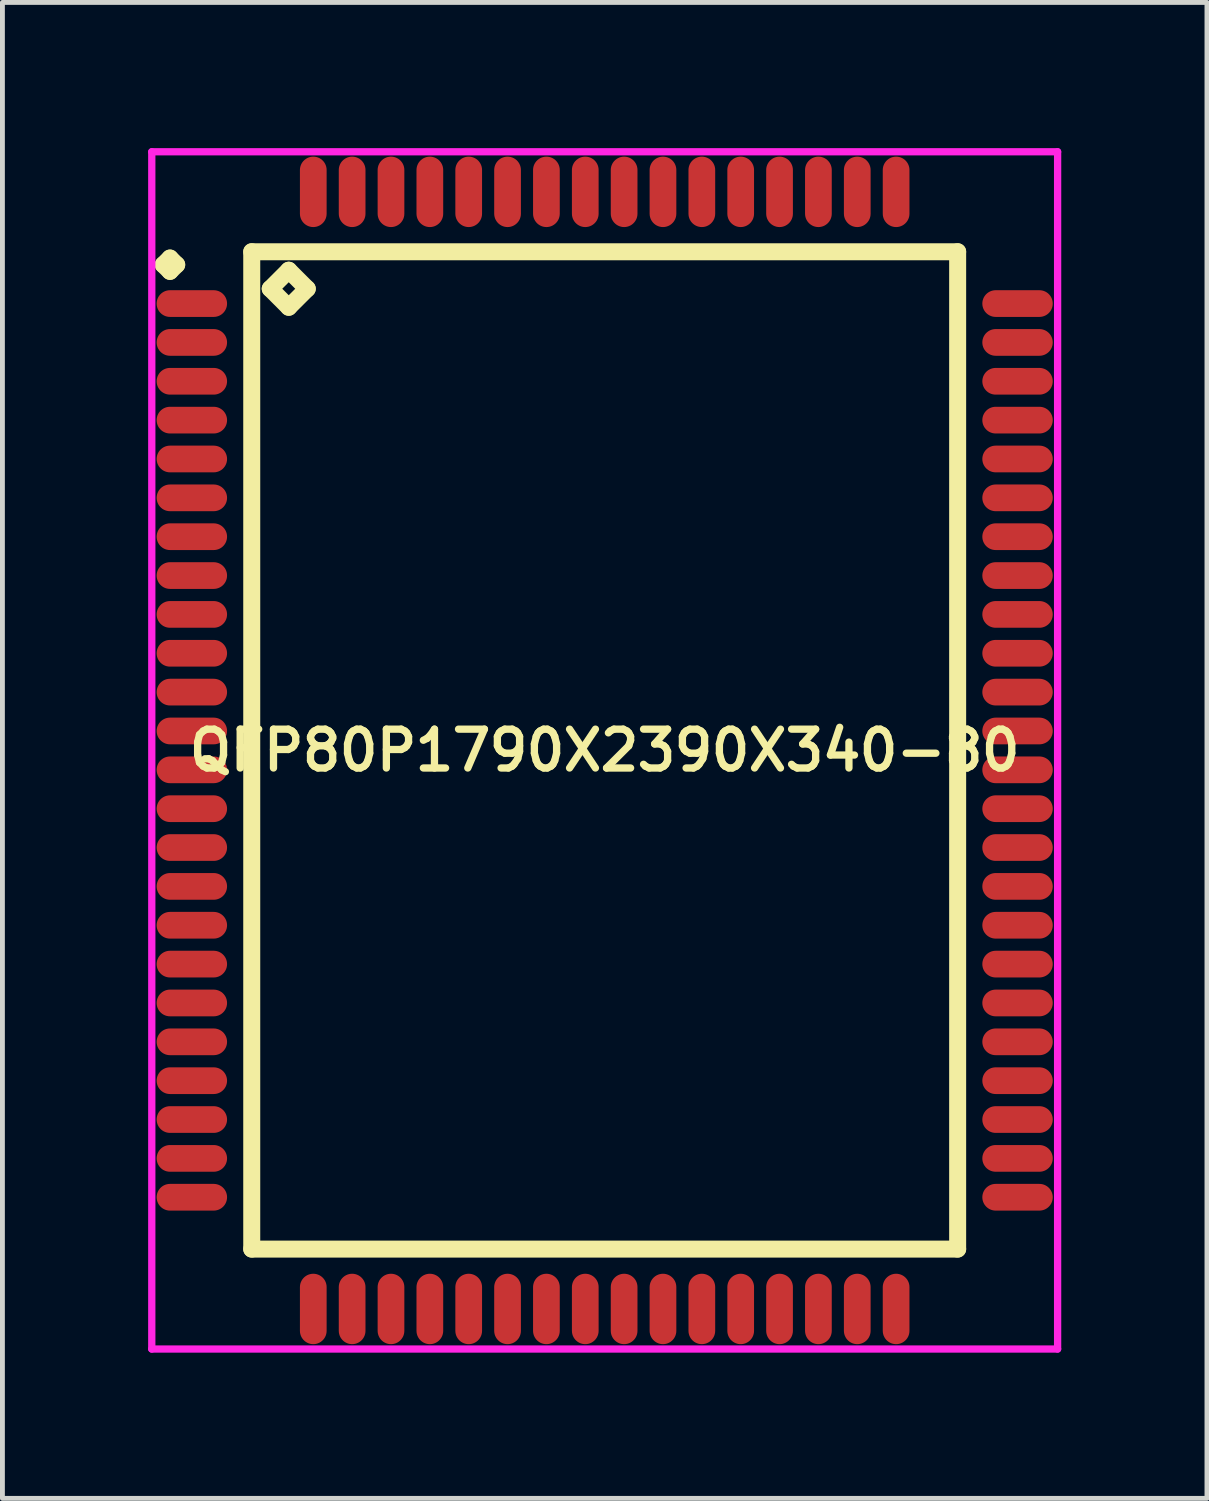
<source format=kicad_pcb>
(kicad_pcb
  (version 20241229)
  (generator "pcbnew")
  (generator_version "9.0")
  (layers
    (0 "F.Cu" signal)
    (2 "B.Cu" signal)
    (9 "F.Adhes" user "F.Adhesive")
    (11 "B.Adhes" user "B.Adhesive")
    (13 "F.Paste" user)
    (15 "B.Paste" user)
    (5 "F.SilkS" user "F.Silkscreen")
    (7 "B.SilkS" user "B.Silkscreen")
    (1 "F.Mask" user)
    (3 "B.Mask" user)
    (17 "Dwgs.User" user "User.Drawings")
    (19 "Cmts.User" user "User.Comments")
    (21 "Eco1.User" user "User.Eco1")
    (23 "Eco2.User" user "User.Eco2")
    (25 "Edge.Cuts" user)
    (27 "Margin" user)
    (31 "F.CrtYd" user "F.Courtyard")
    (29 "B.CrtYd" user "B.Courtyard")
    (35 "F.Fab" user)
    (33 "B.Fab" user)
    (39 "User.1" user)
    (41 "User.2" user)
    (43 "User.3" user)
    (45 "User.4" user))
  (footprint "QFP80P1790X2390X340-80"
    (layer "F.Cu")
    (at 9.4 12.4)
    (property "Reference" "QFP80P1790X2390X340-80" (at 0 0 0) (layer "F.SilkS") (effects (font (size 0.8 0.8) (thickness 0.15))))
    (attr smd)
    (fp_line (start -9.088 -10) (end -8.95 -10.137) (stroke (width 0.35) (type solid)) (layer "F.SilkS"))
    (fp_line (start -8.95 -10.137) (end -8.812 -10) (stroke (width 0.35) (type solid)) (layer "F.SilkS"))
    (fp_line (start -8.95 -9.863) (end -9.088 -10) (stroke (width 0.35) (type solid)) (layer "F.SilkS"))
    (fp_line (start -8.812 -10) (end -8.95 -9.863) (stroke (width 0.35) (type solid)) (layer "F.SilkS"))
    (fp_line (start -7.267 -10.267) (end -7.267 10.267) (stroke (width 0.35) (type solid)) (layer "F.SilkS"))
    (fp_line (start -7.267 10.267) (end 7.267 10.267) (stroke (width 0.35) (type solid)) (layer "F.SilkS"))
    (fp_line (start -6.886 -9.505) (end -6.505 -9.886) (stroke (width 0.35) (type solid)) (layer "F.SilkS"))
    (fp_line (start -6.505 -9.886) (end -6.124 -9.505) (stroke (width 0.35) (type solid)) (layer "F.SilkS"))
    (fp_line (start -6.505 -9.124) (end -6.886 -9.505) (stroke (width 0.35) (type solid)) (layer "F.SilkS"))
    (fp_line (start -6.124 -9.505) (end -6.505 -9.124) (stroke (width 0.35) (type solid)) (layer "F.SilkS"))
    (fp_line (start 7.267 -10.267) (end -7.267 -10.267) (stroke (width 0.35) (type solid)) (layer "F.SilkS"))
    (fp_line (start 7.267 10.267) (end 7.267 -10.267) (stroke (width 0.35) (type solid)) (layer "F.SilkS"))
    (fp_line (start -9.325 -12.325) (end 9.325 -12.325) (stroke (width 0.15) (type solid)) (layer "F.CrtYd"))
    (fp_line (start -9.325 12.325) (end -9.325 -12.325) (stroke (width 0.15) (type solid)) (layer "F.CrtYd"))
    (fp_line (start 9.325 -12.325) (end 9.325 12.325) (stroke (width 0.15) (type solid)) (layer "F.CrtYd"))
    (fp_line (start 9.325 12.325) (end -9.325 12.325) (stroke (width 0.15) (type solid)) (layer "F.CrtYd"))
    (pad "1" smd oval (at -8.5 -9.2) (size 1.45 0.55) (layers "F.Cu" "F.Mask" "F.Paste"))
    (pad "2" smd oval (at -8.5 -8.4) (size 1.45 0.55) (layers "F.Cu" "F.Mask" "F.Paste"))
    (pad "3" smd oval (at -8.5 -7.6) (size 1.45 0.55) (layers "F.Cu" "F.Mask" "F.Paste"))
    (pad "4" smd oval (at -8.5 -6.8) (size 1.45 0.55) (layers "F.Cu" "F.Mask" "F.Paste"))
    (pad "5" smd oval (at -8.5 -6) (size 1.45 0.55) (layers "F.Cu" "F.Mask" "F.Paste"))
    (pad "6" smd oval (at -8.5 -5.2) (size 1.45 0.55) (layers "F.Cu" "F.Mask" "F.Paste"))
    (pad "7" smd oval (at -8.5 -4.4) (size 1.45 0.55) (layers "F.Cu" "F.Mask" "F.Paste"))
    (pad "8" smd oval (at -8.5 -3.6) (size 1.45 0.55) (layers "F.Cu" "F.Mask" "F.Paste"))
    (pad "9" smd oval (at -8.5 -2.8) (size 1.45 0.55) (layers "F.Cu" "F.Mask" "F.Paste"))
    (pad "10" smd oval (at -8.5 -2) (size 1.45 0.55) (layers "F.Cu" "F.Mask" "F.Paste"))
    (pad "11" smd oval (at -8.5 -1.2) (size 1.45 0.55) (layers "F.Cu" "F.Mask" "F.Paste"))
    (pad "12" smd oval (at -8.5 -0.4) (size 1.45 0.55) (layers "F.Cu" "F.Mask" "F.Paste"))
    (pad "13" smd oval (at -8.5 0.4) (size 1.45 0.55) (layers "F.Cu" "F.Mask" "F.Paste"))
    (pad "14" smd oval (at -8.5 1.2) (size 1.45 0.55) (layers "F.Cu" "F.Mask" "F.Paste"))
    (pad "15" smd oval (at -8.5 2) (size 1.45 0.55) (layers "F.Cu" "F.Mask" "F.Paste"))
    (pad "16" smd oval (at -8.5 2.8) (size 1.45 0.55) (layers "F.Cu" "F.Mask" "F.Paste"))
    (pad "17" smd oval (at -8.5 3.6) (size 1.45 0.55) (layers "F.Cu" "F.Mask" "F.Paste"))
    (pad "18" smd oval (at -8.5 4.4) (size 1.45 0.55) (layers "F.Cu" "F.Mask" "F.Paste"))
    (pad "19" smd oval (at -8.5 5.2) (size 1.45 0.55) (layers "F.Cu" "F.Mask" "F.Paste"))
    (pad "20" smd oval (at -8.5 6) (size 1.45 0.55) (layers "F.Cu" "F.Mask" "F.Paste"))
    (pad "21" smd oval (at -8.5 6.8) (size 1.45 0.55) (layers "F.Cu" "F.Mask" "F.Paste"))
    (pad "22" smd oval (at -8.5 7.6) (size 1.45 0.55) (layers "F.Cu" "F.Mask" "F.Paste"))
    (pad "23" smd oval (at -8.5 8.4) (size 1.45 0.55) (layers "F.Cu" "F.Mask" "F.Paste"))
    (pad "24" smd oval (at -8.5 9.2) (size 1.45 0.55) (layers "F.Cu" "F.Mask" "F.Paste"))
    (pad "25" smd oval (at -6 11.5) (size 0.55 1.45) (layers "F.Cu" "F.Mask" "F.Paste"))
    (pad "26" smd oval (at -5.2 11.5) (size 0.55 1.45) (layers "F.Cu" "F.Mask" "F.Paste"))
    (pad "27" smd oval (at -4.4 11.5) (size 0.55 1.45) (layers "F.Cu" "F.Mask" "F.Paste"))
    (pad "28" smd oval (at -3.6 11.5) (size 0.55 1.45) (layers "F.Cu" "F.Mask" "F.Paste"))
    (pad "29" smd oval (at -2.8 11.5) (size 0.55 1.45) (layers "F.Cu" "F.Mask" "F.Paste"))
    (pad "30" smd oval (at -2 11.5) (size 0.55 1.45) (layers "F.Cu" "F.Mask" "F.Paste"))
    (pad "31" smd oval (at -1.2 11.5) (size 0.55 1.45) (layers "F.Cu" "F.Mask" "F.Paste"))
    (pad "32" smd oval (at -0.4 11.5) (size 0.55 1.45) (layers "F.Cu" "F.Mask" "F.Paste"))
    (pad "33" smd oval (at 0.4 11.5) (size 0.55 1.45) (layers "F.Cu" "F.Mask" "F.Paste"))
    (pad "34" smd oval (at 1.2 11.5) (size 0.55 1.45) (layers "F.Cu" "F.Mask" "F.Paste"))
    (pad "35" smd oval (at 2 11.5) (size 0.55 1.45) (layers "F.Cu" "F.Mask" "F.Paste"))
    (pad "36" smd oval (at 2.8 11.5) (size 0.55 1.45) (layers "F.Cu" "F.Mask" "F.Paste"))
    (pad "37" smd oval (at 3.6 11.5) (size 0.55 1.45) (layers "F.Cu" "F.Mask" "F.Paste"))
    (pad "38" smd oval (at 4.4 11.5) (size 0.55 1.45) (layers "F.Cu" "F.Mask" "F.Paste"))
    (pad "39" smd oval (at 5.2 11.5) (size 0.55 1.45) (layers "F.Cu" "F.Mask" "F.Paste"))
    (pad "40" smd oval (at 6 11.5) (size 0.55 1.45) (layers "F.Cu" "F.Mask" "F.Paste"))
    (pad "41" smd oval (at 8.5 9.2) (size 1.45 0.55) (layers "F.Cu" "F.Mask" "F.Paste"))
    (pad "42" smd oval (at 8.5 8.4) (size 1.45 0.55) (layers "F.Cu" "F.Mask" "F.Paste"))
    (pad "43" smd oval (at 8.5 7.6) (size 1.45 0.55) (layers "F.Cu" "F.Mask" "F.Paste"))
    (pad "44" smd oval (at 8.5 6.8) (size 1.45 0.55) (layers "F.Cu" "F.Mask" "F.Paste"))
    (pad "45" smd oval (at 8.5 6) (size 1.45 0.55) (layers "F.Cu" "F.Mask" "F.Paste"))
    (pad "46" smd oval (at 8.5 5.2) (size 1.45 0.55) (layers "F.Cu" "F.Mask" "F.Paste"))
    (pad "47" smd oval (at 8.5 4.4) (size 1.45 0.55) (layers "F.Cu" "F.Mask" "F.Paste"))
    (pad "48" smd oval (at 8.5 3.6) (size 1.45 0.55) (layers "F.Cu" "F.Mask" "F.Paste"))
    (pad "49" smd oval (at 8.5 2.8) (size 1.45 0.55) (layers "F.Cu" "F.Mask" "F.Paste"))
    (pad "50" smd oval (at 8.5 2) (size 1.45 0.55) (layers "F.Cu" "F.Mask" "F.Paste"))
    (pad "51" smd oval (at 8.5 1.2) (size 1.45 0.55) (layers "F.Cu" "F.Mask" "F.Paste"))
    (pad "52" smd oval (at 8.5 0.4) (size 1.45 0.55) (layers "F.Cu" "F.Mask" "F.Paste"))
    (pad "53" smd oval (at 8.5 -0.4) (size 1.45 0.55) (layers "F.Cu" "F.Mask" "F.Paste"))
    (pad "54" smd oval (at 8.5 -1.2) (size 1.45 0.55) (layers "F.Cu" "F.Mask" "F.Paste"))
    (pad "55" smd oval (at 8.5 -2) (size 1.45 0.55) (layers "F.Cu" "F.Mask" "F.Paste"))
    (pad "56" smd oval (at 8.5 -2.8) (size 1.45 0.55) (layers "F.Cu" "F.Mask" "F.Paste"))
    (pad "57" smd oval (at 8.5 -3.6) (size 1.45 0.55) (layers "F.Cu" "F.Mask" "F.Paste"))
    (pad "58" smd oval (at 8.5 -4.4) (size 1.45 0.55) (layers "F.Cu" "F.Mask" "F.Paste"))
    (pad "59" smd oval (at 8.5 -5.2) (size 1.45 0.55) (layers "F.Cu" "F.Mask" "F.Paste"))
    (pad "60" smd oval (at 8.5 -6) (size 1.45 0.55) (layers "F.Cu" "F.Mask" "F.Paste"))
    (pad "61" smd oval (at 8.5 -6.8) (size 1.45 0.55) (layers "F.Cu" "F.Mask" "F.Paste"))
    (pad "62" smd oval (at 8.5 -7.6) (size 1.45 0.55) (layers "F.Cu" "F.Mask" "F.Paste"))
    (pad "63" smd oval (at 8.5 -8.4) (size 1.45 0.55) (layers "F.Cu" "F.Mask" "F.Paste"))
    (pad "64" smd oval (at 8.5 -9.2) (size 1.45 0.55) (layers "F.Cu" "F.Mask" "F.Paste"))
    (pad "65" smd oval (at 6 -11.5) (size 0.55 1.45) (layers "F.Cu" "F.Mask" "F.Paste"))
    (pad "66" smd oval (at 5.2 -11.5) (size 0.55 1.45) (layers "F.Cu" "F.Mask" "F.Paste"))
    (pad "67" smd oval (at 4.4 -11.5) (size 0.55 1.45) (layers "F.Cu" "F.Mask" "F.Paste"))
    (pad "68" smd oval (at 3.6 -11.5) (size 0.55 1.45) (layers "F.Cu" "F.Mask" "F.Paste"))
    (pad "69" smd oval (at 2.8 -11.5) (size 0.55 1.45) (layers "F.Cu" "F.Mask" "F.Paste"))
    (pad "70" smd oval (at 2 -11.5) (size 0.55 1.45) (layers "F.Cu" "F.Mask" "F.Paste"))
    (pad "71" smd oval (at 1.2 -11.5) (size 0.55 1.45) (layers "F.Cu" "F.Mask" "F.Paste"))
    (pad "72" smd oval (at 0.4 -11.5) (size 0.55 1.45) (layers "F.Cu" "F.Mask" "F.Paste"))
    (pad "73" smd oval (at -0.4 -11.5) (size 0.55 1.45) (layers "F.Cu" "F.Mask" "F.Paste"))
    (pad "74" smd oval (at -1.2 -11.5) (size 0.55 1.45) (layers "F.Cu" "F.Mask" "F.Paste"))
    (pad "75" smd oval (at -2 -11.5) (size 0.55 1.45) (layers "F.Cu" "F.Mask" "F.Paste"))
    (pad "76" smd oval (at -2.8 -11.5) (size 0.55 1.45) (layers "F.Cu" "F.Mask" "F.Paste"))
    (pad "77" smd oval (at -3.6 -11.5) (size 0.55 1.45) (layers "F.Cu" "F.Mask" "F.Paste"))
    (pad "78" smd oval (at -4.4 -11.5) (size 0.55 1.45) (layers "F.Cu" "F.Mask" "F.Paste"))
    (pad "79" smd oval (at -5.2 -11.5) (size 0.55 1.45) (layers "F.Cu" "F.Mask" "F.Paste"))
    (pad "80" smd oval (at -6 -11.5) (size 0.55 1.45) (layers "F.Cu" "F.Mask" "F.Paste")))
  (gr_rect
    (start -3 -3)
    (end 21.8 27.8)
    (stroke (width 0.1) (type default))
    (fill no)
    (layer "Edge.Cuts")))
</source>
